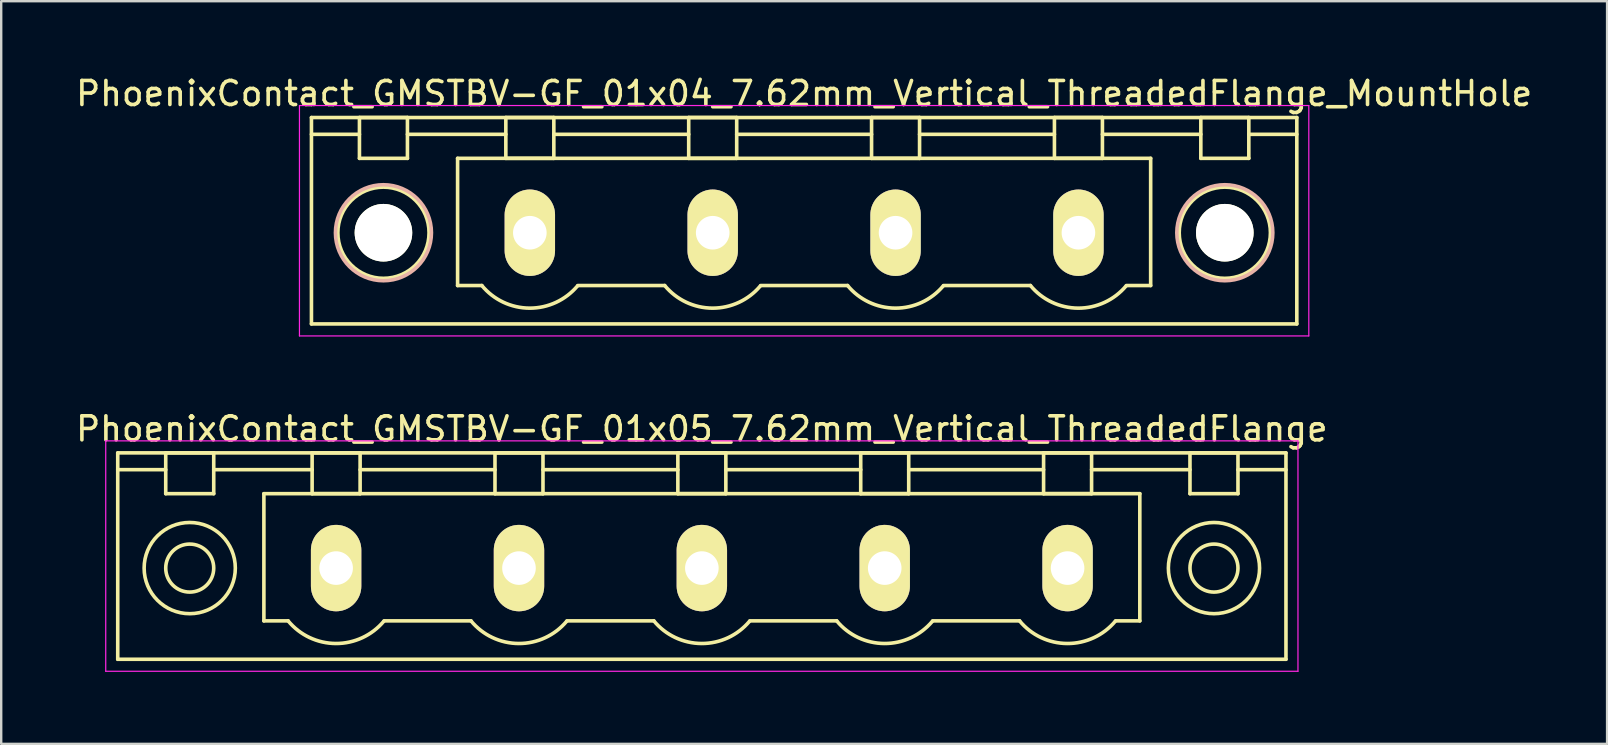
<source format=kicad_pcb>
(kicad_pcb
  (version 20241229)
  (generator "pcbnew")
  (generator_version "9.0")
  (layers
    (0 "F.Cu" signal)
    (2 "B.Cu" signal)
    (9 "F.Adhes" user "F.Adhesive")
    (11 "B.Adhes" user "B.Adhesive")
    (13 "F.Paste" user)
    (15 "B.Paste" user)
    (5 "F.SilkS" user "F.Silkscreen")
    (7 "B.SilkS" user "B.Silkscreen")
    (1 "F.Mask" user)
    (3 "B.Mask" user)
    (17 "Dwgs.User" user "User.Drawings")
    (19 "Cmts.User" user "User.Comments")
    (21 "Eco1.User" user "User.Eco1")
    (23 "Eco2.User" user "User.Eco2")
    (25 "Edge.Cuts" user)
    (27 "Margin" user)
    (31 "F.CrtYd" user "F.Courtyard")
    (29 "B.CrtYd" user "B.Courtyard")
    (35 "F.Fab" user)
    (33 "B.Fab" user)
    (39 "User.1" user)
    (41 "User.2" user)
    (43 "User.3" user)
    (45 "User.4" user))
  (footprint "PhoenixContact_GMSTBV-GF_01x04_7.62mm_Vertical_ThreadedFlange_MountHole"
    (layer "F.Cu")
    (at 19.028 6.648)
    (property "Reference" "PhoenixContact_GMSTBV-GF_01x04_7.62mm_Vertical_ThreadedFlange_MountHole" (at 11.43 -5.8 0) (layer "F.SilkS") (effects (font (size 1 1) (thickness 0.15))))
    (attr through_hole)
    (fp_line (start -9.1 -4.8) (end -9.1 3.8) (stroke (width 0.15) (type solid)) (layer "F.SilkS"))
    (fp_line (start -9.1 -4.1) (end -7.1 -4.1) (stroke (width 0.15) (type solid)) (layer "F.SilkS"))
    (fp_line (start -9.1 3.8) (end 31.96 3.8) (stroke (width 0.15) (type solid)) (layer "F.SilkS"))
    (fp_line (start -7.1 -4.8) (end -5.1 -4.8) (stroke (width 0.15) (type solid)) (layer "F.SilkS"))
    (fp_line (start -7.1 -3.1) (end -7.1 -4.8) (stroke (width 0.15) (type solid)) (layer "F.SilkS"))
    (fp_line (start -5.1 -4.8) (end -5.1 -3.1) (stroke (width 0.15) (type solid)) (layer "F.SilkS"))
    (fp_line (start -5.1 -4.1) (end -1 -4.1) (stroke (width 0.15) (type solid)) (layer "F.SilkS"))
    (fp_line (start -5.1 -3.1) (end -7.1 -3.1) (stroke (width 0.15) (type solid)) (layer "F.SilkS"))
    (fp_line (start -3.01 -3.1) (end 25.87 -3.1) (stroke (width 0.15) (type solid)) (layer "F.SilkS"))
    (fp_line (start -3.01 2.2) (end -3.01 -3.1) (stroke (width 0.15) (type solid)) (layer "F.SilkS"))
    (fp_line (start -2 2.2) (end -3.01 2.2) (stroke (width 0.15) (type solid)) (layer "F.SilkS"))
    (fp_line (start -1 -4.8) (end 1 -4.8) (stroke (width 0.15) (type solid)) (layer "F.SilkS"))
    (fp_line (start -1 -3.1) (end -1 -4.8) (stroke (width 0.15) (type solid)) (layer "F.SilkS"))
    (fp_line (start 1 -4.8) (end 1 -3.1) (stroke (width 0.15) (type solid)) (layer "F.SilkS"))
    (fp_line (start 1 -4.1) (end 6.62 -4.1) (stroke (width 0.15) (type solid)) (layer "F.SilkS"))
    (fp_line (start 1 -3.1) (end -1 -3.1) (stroke (width 0.15) (type solid)) (layer "F.SilkS"))
    (fp_line (start 2 2.2) (end 5.62 2.2) (stroke (width 0.15) (type solid)) (layer "F.SilkS"))
    (fp_line (start 6.62 -4.8) (end 8.62 -4.8) (stroke (width 0.15) (type solid)) (layer "F.SilkS"))
    (fp_line (start 6.62 -3.1) (end 6.62 -4.8) (stroke (width 0.15) (type solid)) (layer "F.SilkS"))
    (fp_line (start 8.62 -4.8) (end 8.62 -3.1) (stroke (width 0.15) (type solid)) (layer "F.SilkS"))
    (fp_line (start 8.62 -4.1) (end 14.24 -4.1) (stroke (width 0.15) (type solid)) (layer "F.SilkS"))
    (fp_line (start 8.62 -3.1) (end 6.62 -3.1) (stroke (width 0.15) (type solid)) (layer "F.SilkS"))
    (fp_line (start 9.62 2.2) (end 13.24 2.2) (stroke (width 0.15) (type solid)) (layer "F.SilkS"))
    (fp_line (start 14.24 -4.8) (end 16.24 -4.8) (stroke (width 0.15) (type solid)) (layer "F.SilkS"))
    (fp_line (start 14.24 -3.1) (end 14.24 -4.8) (stroke (width 0.15) (type solid)) (layer "F.SilkS"))
    (fp_line (start 16.24 -4.8) (end 16.24 -3.1) (stroke (width 0.15) (type solid)) (layer "F.SilkS"))
    (fp_line (start 16.24 -4.1) (end 21.86 -4.1) (stroke (width 0.15) (type solid)) (layer "F.SilkS"))
    (fp_line (start 16.24 -3.1) (end 14.24 -3.1) (stroke (width 0.15) (type solid)) (layer "F.SilkS"))
    (fp_line (start 17.24 2.2) (end 20.86 2.2) (stroke (width 0.15) (type solid)) (layer "F.SilkS"))
    (fp_line (start 21.86 -4.8) (end 23.86 -4.8) (stroke (width 0.15) (type solid)) (layer "F.SilkS"))
    (fp_line (start 21.86 -3.1) (end 21.86 -4.8) (stroke (width 0.15) (type solid)) (layer "F.SilkS"))
    (fp_line (start 23.86 -4.8) (end 23.86 -3.1) (stroke (width 0.15) (type solid)) (layer "F.SilkS"))
    (fp_line (start 23.86 -4.1) (end 27.96 -4.1) (stroke (width 0.15) (type solid)) (layer "F.SilkS"))
    (fp_line (start 23.86 -3.1) (end 21.86 -3.1) (stroke (width 0.15) (type solid)) (layer "F.SilkS"))
    (fp_line (start 25.87 -3.1) (end 25.87 2.2) (stroke (width 0.15) (type solid)) (layer "F.SilkS"))
    (fp_line (start 25.87 2.2) (end 24.86 2.2) (stroke (width 0.15) (type solid)) (layer "F.SilkS"))
    (fp_line (start 27.96 -4.8) (end 29.96 -4.8) (stroke (width 0.15) (type solid)) (layer "F.SilkS"))
    (fp_line (start 27.96 -3.1) (end 27.96 -4.8) (stroke (width 0.15) (type solid)) (layer "F.SilkS"))
    (fp_line (start 29.96 -4.8) (end 29.96 -3.1) (stroke (width 0.15) (type solid)) (layer "F.SilkS"))
    (fp_line (start 29.96 -3.1) (end 27.96 -3.1) (stroke (width 0.15) (type solid)) (layer "F.SilkS"))
    (fp_line (start 31.96 -4.8) (end -9.1 -4.8) (stroke (width 0.15) (type solid)) (layer "F.SilkS"))
    (fp_line (start 31.96 -4.1) (end 29.96 -4.1) (stroke (width 0.15) (type solid)) (layer "F.SilkS"))
    (fp_line (start 31.96 3.8) (end 31.96 -4.8) (stroke (width 0.15) (type solid)) (layer "F.SilkS"))
    (fp_arc (start 1.986842 2.215821) (mid -0.010289 3.142758) (end -2 2.2) (stroke (width 0.15) (type solid)) (layer "F.SilkS"))
    (fp_arc (start 9.606842 2.215821) (mid 7.609711 3.142758) (end 5.62 2.2) (stroke (width 0.15) (type solid)) (layer "F.SilkS"))
    (fp_arc (start 17.226842 2.215821) (mid 15.229711 3.142758) (end 13.24 2.2) (stroke (width 0.15) (type solid)) (layer "F.SilkS"))
    (fp_arc (start 24.846842 2.215821) (mid 22.849711 3.142758) (end 20.86 2.2) (stroke (width 0.15) (type solid)) (layer "F.SilkS"))
    (fp_circle (center -6.1 0) (end -5.1 0) (stroke (width 0.15) (type solid)) (fill no) (layer "F.SilkS"))
    (fp_circle (center -6.1 0) (end -4.2 0) (stroke (width 0.15) (type solid)) (fill no) (layer "F.SilkS"))
    (fp_circle (center 28.96 0) (end 29.96 0) (stroke (width 0.15) (type solid)) (fill no) (layer "F.SilkS"))
    (fp_circle (center 28.96 0) (end 30.86 0) (stroke (width 0.15) (type solid)) (fill no) (layer "F.SilkS"))
    (fp_circle (center -6.1 0) (end -4.1 0) (stroke (width 0.15) (type solid)) (fill no) (layer "B.SilkS"))
    (fp_circle (center 28.96 0) (end 30.96 0) (stroke (width 0.15) (type solid)) (fill no) (layer "B.SilkS"))
    (fp_line (start -9.6 -5.3) (end -9.6 4.3) (stroke (width 0.05) (type solid)) (layer "F.CrtYd"))
    (fp_line (start -9.6 4.3) (end 32.46 4.3) (stroke (width 0.05) (type solid)) (layer "F.CrtYd"))
    (fp_line (start 32.46 -5.3) (end -9.6 -5.3) (stroke (width 0.05) (type solid)) (layer "F.CrtYd"))
    (fp_line (start 32.46 4.3) (end 32.46 -5.3) (stroke (width 0.05) (type solid)) (layer "F.CrtYd"))
    (pad "" np_thru_hole circle (at -6.1 0) (size 2.4 2.4) (drill 2.4) (layers "*.Cu" "*.Mask" "F.SilkS"))
    (pad "" np_thru_hole circle (at 28.96 0) (size 2.4 2.4) (drill 2.4) (layers "*.Cu" "*.Mask" "F.SilkS"))
    (pad "1" thru_hole oval (at 0 0) (size 2.1 3.6) (drill 1.4) (layers "*.Cu" "*.Mask" "F.SilkS"))
    (pad "2" thru_hole oval (at 7.62 0) (size 2.1 3.6) (drill 1.4) (layers "*.Cu" "*.Mask" "F.SilkS"))
    (pad "3" thru_hole oval (at 15.24 0) (size 2.1 3.6) (drill 1.4) (layers "*.Cu" "*.Mask" "F.SilkS"))
    (pad "4" thru_hole oval (at 22.86 0) (size 2.1 3.6) (drill 1.4) (layers "*.Cu" "*.Mask" "F.SilkS")))
  (footprint "PhoenixContact_GMSTBV-GF_01x05_7.62mm_Vertical_ThreadedFlange"
    (layer "F.Cu")
    (at 10.956 20.622)
    (property "Reference" "PhoenixContact_GMSTBV-GF_01x05_7.62mm_Vertical_ThreadedFlange" (at 15.24 -5.8 0) (layer "F.SilkS") (effects (font (size 1 1) (thickness 0.15))))
    (attr through_hole)
    (fp_line (start -9.1 -4.8) (end -9.1 3.8) (stroke (width 0.15) (type solid)) (layer "F.SilkS"))
    (fp_line (start -9.1 -4.1) (end -7.1 -4.1) (stroke (width 0.15) (type solid)) (layer "F.SilkS"))
    (fp_line (start -9.1 3.8) (end 39.58 3.8) (stroke (width 0.15) (type solid)) (layer "F.SilkS"))
    (fp_line (start -7.1 -4.8) (end -5.1 -4.8) (stroke (width 0.15) (type solid)) (layer "F.SilkS"))
    (fp_line (start -7.1 -3.1) (end -7.1 -4.8) (stroke (width 0.15) (type solid)) (layer "F.SilkS"))
    (fp_line (start -5.1 -4.8) (end -5.1 -3.1) (stroke (width 0.15) (type solid)) (layer "F.SilkS"))
    (fp_line (start -5.1 -4.1) (end -1 -4.1) (stroke (width 0.15) (type solid)) (layer "F.SilkS"))
    (fp_line (start -5.1 -3.1) (end -7.1 -3.1) (stroke (width 0.15) (type solid)) (layer "F.SilkS"))
    (fp_line (start -3.01 -3.1) (end 33.49 -3.1) (stroke (width 0.15) (type solid)) (layer "F.SilkS"))
    (fp_line (start -3.01 2.2) (end -3.01 -3.1) (stroke (width 0.15) (type solid)) (layer "F.SilkS"))
    (fp_line (start -2 2.2) (end -3.01 2.2) (stroke (width 0.15) (type solid)) (layer "F.SilkS"))
    (fp_line (start -1 -4.8) (end 1 -4.8) (stroke (width 0.15) (type solid)) (layer "F.SilkS"))
    (fp_line (start -1 -3.1) (end -1 -4.8) (stroke (width 0.15) (type solid)) (layer "F.SilkS"))
    (fp_line (start 1 -4.8) (end 1 -3.1) (stroke (width 0.15) (type solid)) (layer "F.SilkS"))
    (fp_line (start 1 -4.1) (end 6.62 -4.1) (stroke (width 0.15) (type solid)) (layer "F.SilkS"))
    (fp_line (start 1 -3.1) (end -1 -3.1) (stroke (width 0.15) (type solid)) (layer "F.SilkS"))
    (fp_line (start 2 2.2) (end 5.62 2.2) (stroke (width 0.15) (type solid)) (layer "F.SilkS"))
    (fp_line (start 6.62 -4.8) (end 8.62 -4.8) (stroke (width 0.15) (type solid)) (layer "F.SilkS"))
    (fp_line (start 6.62 -3.1) (end 6.62 -4.8) (stroke (width 0.15) (type solid)) (layer "F.SilkS"))
    (fp_line (start 8.62 -4.8) (end 8.62 -3.1) (stroke (width 0.15) (type solid)) (layer "F.SilkS"))
    (fp_line (start 8.62 -4.1) (end 14.24 -4.1) (stroke (width 0.15) (type solid)) (layer "F.SilkS"))
    (fp_line (start 8.62 -3.1) (end 6.62 -3.1) (stroke (width 0.15) (type solid)) (layer "F.SilkS"))
    (fp_line (start 9.62 2.2) (end 13.24 2.2) (stroke (width 0.15) (type solid)) (layer "F.SilkS"))
    (fp_line (start 14.24 -4.8) (end 16.24 -4.8) (stroke (width 0.15) (type solid)) (layer "F.SilkS"))
    (fp_line (start 14.24 -3.1) (end 14.24 -4.8) (stroke (width 0.15) (type solid)) (layer "F.SilkS"))
    (fp_line (start 16.24 -4.8) (end 16.24 -3.1) (stroke (width 0.15) (type solid)) (layer "F.SilkS"))
    (fp_line (start 16.24 -4.1) (end 21.86 -4.1) (stroke (width 0.15) (type solid)) (layer "F.SilkS"))
    (fp_line (start 16.24 -3.1) (end 14.24 -3.1) (stroke (width 0.15) (type solid)) (layer "F.SilkS"))
    (fp_line (start 17.24 2.2) (end 20.86 2.2) (stroke (width 0.15) (type solid)) (layer "F.SilkS"))
    (fp_line (start 21.86 -4.8) (end 23.86 -4.8) (stroke (width 0.15) (type solid)) (layer "F.SilkS"))
    (fp_line (start 21.86 -3.1) (end 21.86 -4.8) (stroke (width 0.15) (type solid)) (layer "F.SilkS"))
    (fp_line (start 23.86 -4.8) (end 23.86 -3.1) (stroke (width 0.15) (type solid)) (layer "F.SilkS"))
    (fp_line (start 23.86 -4.1) (end 29.48 -4.1) (stroke (width 0.15) (type solid)) (layer "F.SilkS"))
    (fp_line (start 23.86 -3.1) (end 21.86 -3.1) (stroke (width 0.15) (type solid)) (layer "F.SilkS"))
    (fp_line (start 24.86 2.2) (end 28.48 2.2) (stroke (width 0.15) (type solid)) (layer "F.SilkS"))
    (fp_line (start 29.48 -4.8) (end 31.48 -4.8) (stroke (width 0.15) (type solid)) (layer "F.SilkS"))
    (fp_line (start 29.48 -3.1) (end 29.48 -4.8) (stroke (width 0.15) (type solid)) (layer "F.SilkS"))
    (fp_line (start 31.48 -4.8) (end 31.48 -3.1) (stroke (width 0.15) (type solid)) (layer "F.SilkS"))
    (fp_line (start 31.48 -4.1) (end 35.58 -4.1) (stroke (width 0.15) (type solid)) (layer "F.SilkS"))
    (fp_line (start 31.48 -3.1) (end 29.48 -3.1) (stroke (width 0.15) (type solid)) (layer "F.SilkS"))
    (fp_line (start 33.49 -3.1) (end 33.49 2.2) (stroke (width 0.15) (type solid)) (layer "F.SilkS"))
    (fp_line (start 33.49 2.2) (end 32.48 2.2) (stroke (width 0.15) (type solid)) (layer "F.SilkS"))
    (fp_line (start 35.58 -4.8) (end 37.58 -4.8) (stroke (width 0.15) (type solid)) (layer "F.SilkS"))
    (fp_line (start 35.58 -3.1) (end 35.58 -4.8) (stroke (width 0.15) (type solid)) (layer "F.SilkS"))
    (fp_line (start 37.58 -4.8) (end 37.58 -3.1) (stroke (width 0.15) (type solid)) (layer "F.SilkS"))
    (fp_line (start 37.58 -3.1) (end 35.58 -3.1) (stroke (width 0.15) (type solid)) (layer "F.SilkS"))
    (fp_line (start 39.58 -4.8) (end -9.1 -4.8) (stroke (width 0.15) (type solid)) (layer "F.SilkS"))
    (fp_line (start 39.58 -4.1) (end 37.58 -4.1) (stroke (width 0.15) (type solid)) (layer "F.SilkS"))
    (fp_line (start 39.58 3.8) (end 39.58 -4.8) (stroke (width 0.15) (type solid)) (layer "F.SilkS"))
    (fp_arc (start 1.986842 2.215821) (mid -0.010289 3.142758) (end -2 2.2) (stroke (width 0.15) (type solid)) (layer "F.SilkS"))
    (fp_arc (start 9.606842 2.215821) (mid 7.609711 3.142758) (end 5.62 2.2) (stroke (width 0.15) (type solid)) (layer "F.SilkS"))
    (fp_arc (start 17.226842 2.215821) (mid 15.229711 3.142758) (end 13.24 2.2) (stroke (width 0.15) (type solid)) (layer "F.SilkS"))
    (fp_arc (start 24.846842 2.215821) (mid 22.849711 3.142758) (end 20.86 2.2) (stroke (width 0.15) (type solid)) (layer "F.SilkS"))
    (fp_arc (start 32.466842 2.215821) (mid 30.469711 3.142758) (end 28.48 2.2) (stroke (width 0.15) (type solid)) (layer "F.SilkS"))
    (fp_circle (center -6.1 0) (end -5.1 0) (stroke (width 0.15) (type solid)) (fill no) (layer "F.SilkS"))
    (fp_circle (center -6.1 0) (end -4.2 0) (stroke (width 0.15) (type solid)) (fill no) (layer "F.SilkS"))
    (fp_circle (center 36.58 0) (end 37.58 0) (stroke (width 0.15) (type solid)) (fill no) (layer "F.SilkS"))
    (fp_circle (center 36.58 0) (end 38.48 0) (stroke (width 0.15) (type solid)) (fill no) (layer "F.SilkS"))
    (fp_line (start -9.6 -5.3) (end -9.6 4.3) (stroke (width 0.05) (type solid)) (layer "F.CrtYd"))
    (fp_line (start -9.6 4.3) (end 40.08 4.3) (stroke (width 0.05) (type solid)) (layer "F.CrtYd"))
    (fp_line (start 40.08 -5.3) (end -9.6 -5.3) (stroke (width 0.05) (type solid)) (layer "F.CrtYd"))
    (fp_line (start 40.08 4.3) (end 40.08 -5.3) (stroke (width 0.05) (type solid)) (layer "F.CrtYd"))
    (pad "1" thru_hole oval (at 0 0) (size 2.1 3.6) (drill 1.4) (layers "*.Cu" "*.Mask" "F.SilkS"))
    (pad "2" thru_hole oval (at 7.62 0) (size 2.1 3.6) (drill 1.4) (layers "*.Cu" "*.Mask" "F.SilkS"))
    (pad "3" thru_hole oval (at 15.24 0) (size 2.1 3.6) (drill 1.4) (layers "*.Cu" "*.Mask" "F.SilkS"))
    (pad "4" thru_hole oval (at 22.86 0) (size 2.1 3.6) (drill 1.4) (layers "*.Cu" "*.Mask" "F.SilkS"))
    (pad "5" thru_hole oval (at 30.48 0) (size 2.1 3.6) (drill 1.4) (layers "*.Cu" "*.Mask" "F.SilkS")))
  (gr_rect
    (start -3 -3)
    (end 63.917 27.947)
    (stroke (width 0.1) (type default))
    (fill no)
    (layer "Edge.Cuts")))
</source>
